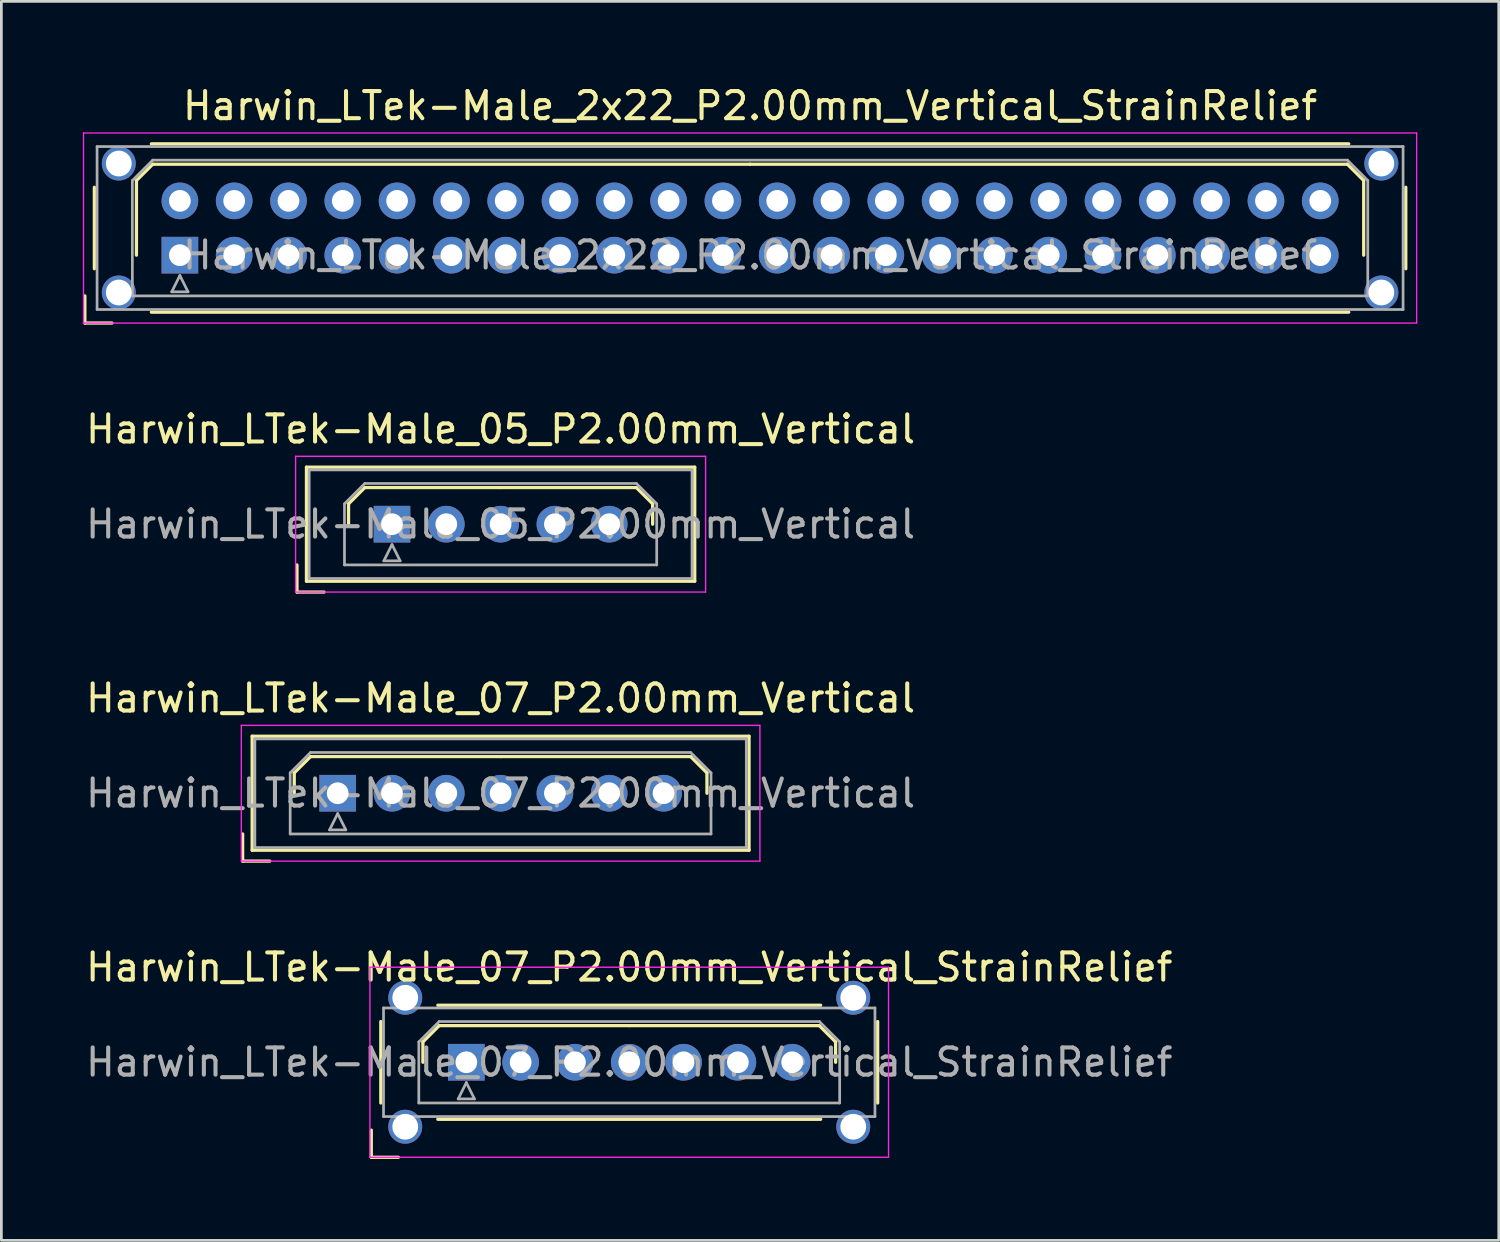
<source format=kicad_pcb>
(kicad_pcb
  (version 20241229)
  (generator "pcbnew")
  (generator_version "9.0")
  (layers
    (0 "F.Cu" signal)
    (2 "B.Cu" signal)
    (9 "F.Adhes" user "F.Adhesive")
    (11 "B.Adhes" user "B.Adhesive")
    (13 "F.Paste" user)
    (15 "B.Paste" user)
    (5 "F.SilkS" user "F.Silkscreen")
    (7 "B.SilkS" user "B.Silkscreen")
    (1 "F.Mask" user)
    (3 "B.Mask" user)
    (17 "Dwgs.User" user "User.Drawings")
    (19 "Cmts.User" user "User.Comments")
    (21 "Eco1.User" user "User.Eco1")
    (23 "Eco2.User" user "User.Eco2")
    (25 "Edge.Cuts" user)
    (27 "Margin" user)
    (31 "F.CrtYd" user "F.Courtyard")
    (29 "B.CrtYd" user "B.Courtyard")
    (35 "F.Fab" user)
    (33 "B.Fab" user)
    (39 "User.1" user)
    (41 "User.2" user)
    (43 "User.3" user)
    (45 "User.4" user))
  (footprint "Harwin_LTek-Male_05_P2.00mm_Vertical"
    (layer "F.Cu")
    (at 11.387 16.256)
    (property "Reference" "Harwin_LTek-Male_05_P2.00mm_Vertical" (at 4 -3.5 0) (layer "F.SilkS") (effects (font (size 1 1) (thickness 0.15))))
    (attr through_hole)
    (fp_line (start -3.5 1.5) (end -3.5 2.5) (stroke (width 0.12) (type solid)) (layer "F.SilkS"))
    (fp_line (start -3.5 2.5) (end -2.5 2.5) (stroke (width 0.12) (type solid)) (layer "F.SilkS"))
    (fp_line (start -3.15 -2.1) (end -3.15 2.1) (stroke (width 0.12) (type solid)) (layer "F.SilkS"))
    (fp_line (start -3.15 2.1) (end 11.15 2.1) (stroke (width 0.12) (type solid)) (layer "F.SilkS"))
    (fp_line (start -1.6 -0.75) (end -1 -1.35) (stroke (width 0.12) (type solid)) (layer "F.SilkS"))
    (fp_line (start -1.6 0) (end -1.6 -0.75) (stroke (width 0.12) (type solid)) (layer "F.SilkS"))
    (fp_line (start -1 -1.35) (end 4 -1.35) (stroke (width 0.12) (type solid)) (layer "F.SilkS"))
    (fp_line (start 9 -1.35) (end 4 -1.35) (stroke (width 0.12) (type solid)) (layer "F.SilkS"))
    (fp_line (start 9.6 -0.75) (end 9 -1.35) (stroke (width 0.12) (type solid)) (layer "F.SilkS"))
    (fp_line (start 9.6 0) (end 9.6 -0.75) (stroke (width 0.12) (type solid)) (layer "F.SilkS"))
    (fp_line (start 11.15 -2.1) (end -3.15 -2.1) (stroke (width 0.12) (type solid)) (layer "F.SilkS"))
    (fp_line (start 11.15 2.1) (end 11.15 -2.1) (stroke (width 0.12) (type solid)) (layer "F.SilkS"))
    (fp_line (start -3.55 -2.5) (end -3.55 2.5) (stroke (width 0.05) (type solid)) (layer "F.CrtYd"))
    (fp_line (start -3.55 2.5) (end 11.55 2.5) (stroke (width 0.05) (type solid)) (layer "F.CrtYd"))
    (fp_line (start 11.55 -2.5) (end -3.55 -2.5) (stroke (width 0.05) (type solid)) (layer "F.CrtYd"))
    (fp_line (start 11.55 2.5) (end 11.55 -2.5) (stroke (width 0.05) (type solid)) (layer "F.CrtYd"))
    (fp_line (start -3.05 -2) (end -3.05 2) (stroke (width 0.1) (type solid)) (layer "F.Fab"))
    (fp_line (start -3.05 2) (end 11.05 2) (stroke (width 0.1) (type solid)) (layer "F.Fab"))
    (fp_line (start -1.75 -0.75) (end -1 -1.5) (stroke (width 0.1) (type solid)) (layer "F.Fab"))
    (fp_line (start -1.75 1.5) (end -1.75 -0.75) (stroke (width 0.1) (type solid)) (layer "F.Fab"))
    (fp_line (start -1 -1.5) (end 9 -1.5) (stroke (width 0.1) (type solid)) (layer "F.Fab"))
    (fp_line (start -0.3 1.35) (end 0.3 1.35) (stroke (width 0.1) (type solid)) (layer "F.Fab"))
    (fp_line (start 0 0.75) (end -0.3 1.35) (stroke (width 0.1) (type solid)) (layer "F.Fab"))
    (fp_line (start 0.3 1.35) (end 0 0.75) (stroke (width 0.1) (type solid)) (layer "F.Fab"))
    (fp_line (start 9 -1.5) (end 9.75 -0.75) (stroke (width 0.1) (type solid)) (layer "F.Fab"))
    (fp_line (start 9.75 -0.75) (end 9.75 1.5) (stroke (width 0.1) (type solid)) (layer "F.Fab"))
    (fp_line (start 9.75 1.5) (end -1.75 1.5) (stroke (width 0.1) (type solid)) (layer "F.Fab"))
    (fp_line (start 11.05 -2) (end -3.05 -2) (stroke (width 0.1) (type solid)) (layer "F.Fab"))
    (fp_line (start 11.05 2) (end 11.05 -2) (stroke (width 0.1) (type solid)) (layer "F.Fab"))
    (fp_text user "${REFERENCE}" (at 4 0 0) (layer "F.Fab") (effects (font (size 1 1) (thickness 0.15))))
    (pad "1" thru_hole rect (at 0 0) (size 1.35 1.35) (drill 0.8) (layers "*.Cu" "*.Mask"))
    (pad "2" thru_hole circle (at 2 0) (size 1.35 1.35) (drill 0.8) (layers "*.Cu" "*.Mask"))
    (pad "3" thru_hole circle (at 4 0) (size 1.35 1.35) (drill 0.8) (layers "*.Cu" "*.Mask"))
    (pad "4" thru_hole circle (at 6 0) (size 1.35 1.35) (drill 0.8) (layers "*.Cu" "*.Mask"))
    (pad "5" thru_hole circle (at 8 0) (size 1.35 1.35) (drill 0.8) (layers "*.Cu" "*.Mask")))
  (footprint "Harwin_LTek-Male_2x22_P2.00mm_Vertical_StrainRelief"
    (layer "F.Cu")
    (at 3.575 6.348)
    (property "Reference" "Harwin_LTek-Male_2x22_P2.00mm_Vertical_StrainRelief" (at 21 -5.5 0) (layer "F.SilkS") (effects (font (size 1 1) (thickness 0.15))))
    (attr through_hole)
    (fp_line (start -3.5 1.5) (end -3.5 2.5) (stroke (width 0.12) (type solid)) (layer "F.SilkS"))
    (fp_line (start -3.5 2.5) (end -2.5 2.5) (stroke (width 0.12) (type solid)) (layer "F.SilkS"))
    (fp_line (start -3.15 -2.5) (end -3.15 0.5) (stroke (width 0.12) (type solid)) (layer "F.SilkS"))
    (fp_line (start -1.6 -2.75) (end -1 -3.35) (stroke (width 0.12) (type solid)) (layer "F.SilkS"))
    (fp_line (start -1.6 0) (end -1.6 -2.75) (stroke (width 0.12) (type solid)) (layer "F.SilkS"))
    (fp_line (start -1.05 -4.1) (end 43.05 -4.1) (stroke (width 0.12) (type solid)) (layer "F.SilkS"))
    (fp_line (start -1.05 2.1) (end 43.05 2.1) (stroke (width 0.12) (type solid)) (layer "F.SilkS"))
    (fp_line (start -1 -3.35) (end 21 -3.35) (stroke (width 0.12) (type solid)) (layer "F.SilkS"))
    (fp_line (start 43 -3.35) (end 21 -3.35) (stroke (width 0.12) (type solid)) (layer "F.SilkS"))
    (fp_line (start 43.6 -2.75) (end 43 -3.35) (stroke (width 0.12) (type solid)) (layer "F.SilkS"))
    (fp_line (start 43.6 0) (end 43.6 -2.75) (stroke (width 0.12) (type solid)) (layer "F.SilkS"))
    (fp_line (start 45.15 -2.5) (end 45.15 0.5) (stroke (width 0.12) (type solid)) (layer "F.SilkS"))
    (fp_line (start -3.55 -4.5) (end -3.55 2.5) (stroke (width 0.05) (type solid)) (layer "F.CrtYd"))
    (fp_line (start -3.55 2.5) (end 45.55 2.5) (stroke (width 0.05) (type solid)) (layer "F.CrtYd"))
    (fp_line (start 45.55 -4.5) (end -3.55 -4.5) (stroke (width 0.05) (type solid)) (layer "F.CrtYd"))
    (fp_line (start 45.55 2.5) (end 45.55 -4.5) (stroke (width 0.05) (type solid)) (layer "F.CrtYd"))
    (fp_line (start -3.05 -4) (end -3.05 2) (stroke (width 0.1) (type solid)) (layer "F.Fab"))
    (fp_line (start -3.05 2) (end 45.05 2) (stroke (width 0.1) (type solid)) (layer "F.Fab"))
    (fp_line (start -1.75 -2.75) (end -1 -3.5) (stroke (width 0.1) (type solid)) (layer "F.Fab"))
    (fp_line (start -1.75 1.5) (end -1.75 -2.75) (stroke (width 0.1) (type solid)) (layer "F.Fab"))
    (fp_line (start -1 -3.5) (end 43 -3.5) (stroke (width 0.1) (type solid)) (layer "F.Fab"))
    (fp_line (start -0.3 1.35) (end 0.3 1.35) (stroke (width 0.1) (type solid)) (layer "F.Fab"))
    (fp_line (start 0 0.75) (end -0.3 1.35) (stroke (width 0.1) (type solid)) (layer "F.Fab"))
    (fp_line (start 0.3 1.35) (end 0 0.75) (stroke (width 0.1) (type solid)) (layer "F.Fab"))
    (fp_line (start 43 -3.5) (end 43.75 -2.75) (stroke (width 0.1) (type solid)) (layer "F.Fab"))
    (fp_line (start 43.75 -2.75) (end 43.75 1.5) (stroke (width 0.1) (type solid)) (layer "F.Fab"))
    (fp_line (start 43.75 1.5) (end -1.75 1.5) (stroke (width 0.1) (type solid)) (layer "F.Fab"))
    (fp_line (start 45.05 -4) (end -3.05 -4) (stroke (width 0.1) (type solid)) (layer "F.Fab"))
    (fp_line (start 45.05 2) (end 45.05 -4) (stroke (width 0.1) (type solid)) (layer "F.Fab"))
    (fp_text user "${REFERENCE}" (at 21 0 0) (layer "F.Fab") (effects (font (size 1 1) (thickness 0.15))))
    (pad "" thru_hole circle (at -2.25 -3.375) (size 1.25 1.25) (drill 0.95) (layers "*.Cu" "*.Mask"))
    (pad "" thru_hole circle (at -2.25 1.375) (size 1.25 1.25) (drill 0.95) (layers "*.Cu" "*.Mask"))
    (pad "" thru_hole circle (at 44.25 -3.375) (size 1.25 1.25) (drill 0.95) (layers "*.Cu" "*.Mask"))
    (pad "" thru_hole circle (at 44.25 1.375) (size 1.25 1.25) (drill 0.95) (layers "*.Cu" "*.Mask"))
    (pad "1" thru_hole rect (at 0 0) (size 1.35 1.35) (drill 0.8) (layers "*.Cu" "*.Mask"))
    (pad "2" thru_hole circle (at 0 -2) (size 1.35 1.35) (drill 0.8) (layers "*.Cu" "*.Mask"))
    (pad "3" thru_hole circle (at 2 0) (size 1.35 1.35) (drill 0.8) (layers "*.Cu" "*.Mask"))
    (pad "4" thru_hole circle (at 2 -2) (size 1.35 1.35) (drill 0.8) (layers "*.Cu" "*.Mask"))
    (pad "5" thru_hole circle (at 4 0) (size 1.35 1.35) (drill 0.8) (layers "*.Cu" "*.Mask"))
    (pad "6" thru_hole circle (at 4 -2) (size 1.35 1.35) (drill 0.8) (layers "*.Cu" "*.Mask"))
    (pad "7" thru_hole circle (at 6 0) (size 1.35 1.35) (drill 0.8) (layers "*.Cu" "*.Mask"))
    (pad "8" thru_hole circle (at 6 -2) (size 1.35 1.35) (drill 0.8) (layers "*.Cu" "*.Mask"))
    (pad "9" thru_hole circle (at 8 0) (size 1.35 1.35) (drill 0.8) (layers "*.Cu" "*.Mask"))
    (pad "10" thru_hole circle (at 8 -2) (size 1.35 1.35) (drill 0.8) (layers "*.Cu" "*.Mask"))
    (pad "11" thru_hole circle (at 10 0) (size 1.35 1.35) (drill 0.8) (layers "*.Cu" "*.Mask"))
    (pad "12" thru_hole circle (at 10 -2) (size 1.35 1.35) (drill 0.8) (layers "*.Cu" "*.Mask"))
    (pad "13" thru_hole circle (at 12 0) (size 1.35 1.35) (drill 0.8) (layers "*.Cu" "*.Mask"))
    (pad "14" thru_hole circle (at 12 -2) (size 1.35 1.35) (drill 0.8) (layers "*.Cu" "*.Mask"))
    (pad "15" thru_hole circle (at 14 0) (size 1.35 1.35) (drill 0.8) (layers "*.Cu" "*.Mask"))
    (pad "16" thru_hole circle (at 14 -2) (size 1.35 1.35) (drill 0.8) (layers "*.Cu" "*.Mask"))
    (pad "17" thru_hole circle (at 16 0) (size 1.35 1.35) (drill 0.8) (layers "*.Cu" "*.Mask"))
    (pad "18" thru_hole circle (at 16 -2) (size 1.35 1.35) (drill 0.8) (layers "*.Cu" "*.Mask"))
    (pad "19" thru_hole circle (at 18 0) (size 1.35 1.35) (drill 0.8) (layers "*.Cu" "*.Mask"))
    (pad "20" thru_hole circle (at 18 -2) (size 1.35 1.35) (drill 0.8) (layers "*.Cu" "*.Mask"))
    (pad "21" thru_hole circle (at 20 0) (size 1.35 1.35) (drill 0.8) (layers "*.Cu" "*.Mask"))
    (pad "22" thru_hole circle (at 20 -2) (size 1.35 1.35) (drill 0.8) (layers "*.Cu" "*.Mask"))
    (pad "23" thru_hole circle (at 22 0) (size 1.35 1.35) (drill 0.8) (layers "*.Cu" "*.Mask"))
    (pad "24" thru_hole circle (at 22 -2) (size 1.35 1.35) (drill 0.8) (layers "*.Cu" "*.Mask"))
    (pad "25" thru_hole circle (at 24 0) (size 1.35 1.35) (drill 0.8) (layers "*.Cu" "*.Mask"))
    (pad "26" thru_hole circle (at 24 -2) (size 1.35 1.35) (drill 0.8) (layers "*.Cu" "*.Mask"))
    (pad "27" thru_hole circle (at 26 0) (size 1.35 1.35) (drill 0.8) (layers "*.Cu" "*.Mask"))
    (pad "28" thru_hole circle (at 26 -2) (size 1.35 1.35) (drill 0.8) (layers "*.Cu" "*.Mask"))
    (pad "29" thru_hole circle (at 28 0) (size 1.35 1.35) (drill 0.8) (layers "*.Cu" "*.Mask"))
    (pad "30" thru_hole circle (at 28 -2) (size 1.35 1.35) (drill 0.8) (layers "*.Cu" "*.Mask"))
    (pad "31" thru_hole circle (at 30 0) (size 1.35 1.35) (drill 0.8) (layers "*.Cu" "*.Mask"))
    (pad "32" thru_hole circle (at 30 -2) (size 1.35 1.35) (drill 0.8) (layers "*.Cu" "*.Mask"))
    (pad "33" thru_hole circle (at 32 0) (size 1.35 1.35) (drill 0.8) (layers "*.Cu" "*.Mask"))
    (pad "34" thru_hole circle (at 32 -2) (size 1.35 1.35) (drill 0.8) (layers "*.Cu" "*.Mask"))
    (pad "35" thru_hole circle (at 34 0) (size 1.35 1.35) (drill 0.8) (layers "*.Cu" "*.Mask"))
    (pad "36" thru_hole circle (at 34 -2) (size 1.35 1.35) (drill 0.8) (layers "*.Cu" "*.Mask"))
    (pad "37" thru_hole circle (at 36 0) (size 1.35 1.35) (drill 0.8) (layers "*.Cu" "*.Mask"))
    (pad "38" thru_hole circle (at 36 -2) (size 1.35 1.35) (drill 0.8) (layers "*.Cu" "*.Mask"))
    (pad "39" thru_hole circle (at 38 0) (size 1.35 1.35) (drill 0.8) (layers "*.Cu" "*.Mask"))
    (pad "40" thru_hole circle (at 38 -2) (size 1.35 1.35) (drill 0.8) (layers "*.Cu" "*.Mask"))
    (pad "41" thru_hole circle (at 40 0) (size 1.35 1.35) (drill 0.8) (layers "*.Cu" "*.Mask"))
    (pad "42" thru_hole circle (at 40 -2) (size 1.35 1.35) (drill 0.8) (layers "*.Cu" "*.Mask"))
    (pad "43" thru_hole circle (at 42 0) (size 1.35 1.35) (drill 0.8) (layers "*.Cu" "*.Mask"))
    (pad "44" thru_hole circle (at 42 -2) (size 1.35 1.35) (drill 0.8) (layers "*.Cu" "*.Mask")))
  (footprint "Harwin_LTek-Male_07_P2.00mm_Vertical"
    (layer "F.Cu")
    (at 9.387 26.165)
    (property "Reference" "Harwin_LTek-Male_07_P2.00mm_Vertical" (at 6 -3.5 0) (layer "F.SilkS") (effects (font (size 1 1) (thickness 0.15))))
    (attr through_hole)
    (fp_line (start -3.5 1.5) (end -3.5 2.5) (stroke (width 0.12) (type solid)) (layer "F.SilkS"))
    (fp_line (start -3.5 2.5) (end -2.5 2.5) (stroke (width 0.12) (type solid)) (layer "F.SilkS"))
    (fp_line (start -3.15 -2.1) (end -3.15 2.1) (stroke (width 0.12) (type solid)) (layer "F.SilkS"))
    (fp_line (start -3.15 2.1) (end 15.15 2.1) (stroke (width 0.12) (type solid)) (layer "F.SilkS"))
    (fp_line (start -1.6 -0.75) (end -1 -1.35) (stroke (width 0.12) (type solid)) (layer "F.SilkS"))
    (fp_line (start -1.6 0) (end -1.6 -0.75) (stroke (width 0.12) (type solid)) (layer "F.SilkS"))
    (fp_line (start -1 -1.35) (end 6 -1.35) (stroke (width 0.12) (type solid)) (layer "F.SilkS"))
    (fp_line (start 13 -1.35) (end 6 -1.35) (stroke (width 0.12) (type solid)) (layer "F.SilkS"))
    (fp_line (start 13.6 -0.75) (end 13 -1.35) (stroke (width 0.12) (type solid)) (layer "F.SilkS"))
    (fp_line (start 13.6 0) (end 13.6 -0.75) (stroke (width 0.12) (type solid)) (layer "F.SilkS"))
    (fp_line (start 15.15 -2.1) (end -3.15 -2.1) (stroke (width 0.12) (type solid)) (layer "F.SilkS"))
    (fp_line (start 15.15 2.1) (end 15.15 -2.1) (stroke (width 0.12) (type solid)) (layer "F.SilkS"))
    (fp_line (start -3.55 -2.5) (end -3.55 2.5) (stroke (width 0.05) (type solid)) (layer "F.CrtYd"))
    (fp_line (start -3.55 2.5) (end 15.55 2.5) (stroke (width 0.05) (type solid)) (layer "F.CrtYd"))
    (fp_line (start 15.55 -2.5) (end -3.55 -2.5) (stroke (width 0.05) (type solid)) (layer "F.CrtYd"))
    (fp_line (start 15.55 2.5) (end 15.55 -2.5) (stroke (width 0.05) (type solid)) (layer "F.CrtYd"))
    (fp_line (start -3.05 -2) (end -3.05 2) (stroke (width 0.1) (type solid)) (layer "F.Fab"))
    (fp_line (start -3.05 2) (end 15.05 2) (stroke (width 0.1) (type solid)) (layer "F.Fab"))
    (fp_line (start -1.75 -0.75) (end -1 -1.5) (stroke (width 0.1) (type solid)) (layer "F.Fab"))
    (fp_line (start -1.75 1.5) (end -1.75 -0.75) (stroke (width 0.1) (type solid)) (layer "F.Fab"))
    (fp_line (start -1 -1.5) (end 13 -1.5) (stroke (width 0.1) (type solid)) (layer "F.Fab"))
    (fp_line (start -0.3 1.35) (end 0.3 1.35) (stroke (width 0.1) (type solid)) (layer "F.Fab"))
    (fp_line (start 0 0.75) (end -0.3 1.35) (stroke (width 0.1) (type solid)) (layer "F.Fab"))
    (fp_line (start 0.3 1.35) (end 0 0.75) (stroke (width 0.1) (type solid)) (layer "F.Fab"))
    (fp_line (start 13 -1.5) (end 13.75 -0.75) (stroke (width 0.1) (type solid)) (layer "F.Fab"))
    (fp_line (start 13.75 -0.75) (end 13.75 1.5) (stroke (width 0.1) (type solid)) (layer "F.Fab"))
    (fp_line (start 13.75 1.5) (end -1.75 1.5) (stroke (width 0.1) (type solid)) (layer "F.Fab"))
    (fp_line (start 15.05 -2) (end -3.05 -2) (stroke (width 0.1) (type solid)) (layer "F.Fab"))
    (fp_line (start 15.05 2) (end 15.05 -2) (stroke (width 0.1) (type solid)) (layer "F.Fab"))
    (fp_text user "${REFERENCE}" (at 6 0 0) (layer "F.Fab") (effects (font (size 1 1) (thickness 0.15))))
    (pad "1" thru_hole rect (at 0 0) (size 1.35 1.35) (drill 0.8) (layers "*.Cu" "*.Mask"))
    (pad "2" thru_hole circle (at 2 0) (size 1.35 1.35) (drill 0.8) (layers "*.Cu" "*.Mask"))
    (pad "3" thru_hole circle (at 4 0) (size 1.35 1.35) (drill 0.8) (layers "*.Cu" "*.Mask"))
    (pad "4" thru_hole circle (at 6 0) (size 1.35 1.35) (drill 0.8) (layers "*.Cu" "*.Mask"))
    (pad "5" thru_hole circle (at 8 0) (size 1.35 1.35) (drill 0.8) (layers "*.Cu" "*.Mask"))
    (pad "6" thru_hole circle (at 10 0) (size 1.35 1.35) (drill 0.8) (layers "*.Cu" "*.Mask"))
    (pad "7" thru_hole circle (at 12 0) (size 1.35 1.35) (drill 0.8) (layers "*.Cu" "*.Mask")))
  (footprint "Harwin_LTek-Male_07_P2.00mm_Vertical_StrainRelief"
    (layer "F.Cu")
    (at 14.125 36.073)
    (property "Reference" "Harwin_LTek-Male_07_P2.00mm_Vertical_StrainRelief" (at 6 -3.5 0) (layer "F.SilkS") (effects (font (size 1 1) (thickness 0.15))))
    (attr through_hole)
    (fp_line (start -3.5 2.5) (end -3.5 3.5) (stroke (width 0.12) (type solid)) (layer "F.SilkS"))
    (fp_line (start -3.5 3.5) (end -2.5 3.5) (stroke (width 0.12) (type solid)) (layer "F.SilkS"))
    (fp_line (start -3.15 -1.5) (end -3.15 1.5) (stroke (width 0.12) (type solid)) (layer "F.SilkS"))
    (fp_line (start -1.6 -0.75) (end -1 -1.35) (stroke (width 0.12) (type solid)) (layer "F.SilkS"))
    (fp_line (start -1.6 0) (end -1.6 -0.75) (stroke (width 0.12) (type solid)) (layer "F.SilkS"))
    (fp_line (start -1.05 -2.1) (end 13.05 -2.1) (stroke (width 0.12) (type solid)) (layer "F.SilkS"))
    (fp_line (start -1.05 2.1) (end 13.05 2.1) (stroke (width 0.12) (type solid)) (layer "F.SilkS"))
    (fp_line (start -1 -1.35) (end 6 -1.35) (stroke (width 0.12) (type solid)) (layer "F.SilkS"))
    (fp_line (start 13 -1.35) (end 6 -1.35) (stroke (width 0.12) (type solid)) (layer "F.SilkS"))
    (fp_line (start 13.6 -0.75) (end 13 -1.35) (stroke (width 0.12) (type solid)) (layer "F.SilkS"))
    (fp_line (start 13.6 0) (end 13.6 -0.75) (stroke (width 0.12) (type solid)) (layer "F.SilkS"))
    (fp_line (start 15.15 -1.5) (end 15.15 1.5) (stroke (width 0.12) (type solid)) (layer "F.SilkS"))
    (fp_line (start -3.55 -3.5) (end -3.55 3.5) (stroke (width 0.05) (type solid)) (layer "F.CrtYd"))
    (fp_line (start -3.55 3.5) (end 15.55 3.5) (stroke (width 0.05) (type solid)) (layer "F.CrtYd"))
    (fp_line (start 15.55 -3.5) (end -3.55 -3.5) (stroke (width 0.05) (type solid)) (layer "F.CrtYd"))
    (fp_line (start 15.55 3.5) (end 15.55 -3.5) (stroke (width 0.05) (type solid)) (layer "F.CrtYd"))
    (fp_line (start -3.05 -2) (end -3.05 2) (stroke (width 0.1) (type solid)) (layer "F.Fab"))
    (fp_line (start -3.05 2) (end 15.05 2) (stroke (width 0.1) (type solid)) (layer "F.Fab"))
    (fp_line (start -1.75 -0.75) (end -1 -1.5) (stroke (width 0.1) (type solid)) (layer "F.Fab"))
    (fp_line (start -1.75 1.5) (end -1.75 -0.75) (stroke (width 0.1) (type solid)) (layer "F.Fab"))
    (fp_line (start -1 -1.5) (end 13 -1.5) (stroke (width 0.1) (type solid)) (layer "F.Fab"))
    (fp_line (start -0.3 1.35) (end 0.3 1.35) (stroke (width 0.1) (type solid)) (layer "F.Fab"))
    (fp_line (start 0 0.75) (end -0.3 1.35) (stroke (width 0.1) (type solid)) (layer "F.Fab"))
    (fp_line (start 0.3 1.35) (end 0 0.75) (stroke (width 0.1) (type solid)) (layer "F.Fab"))
    (fp_line (start 13 -1.5) (end 13.75 -0.75) (stroke (width 0.1) (type solid)) (layer "F.Fab"))
    (fp_line (start 13.75 -0.75) (end 13.75 1.5) (stroke (width 0.1) (type solid)) (layer "F.Fab"))
    (fp_line (start 13.75 1.5) (end -1.75 1.5) (stroke (width 0.1) (type solid)) (layer "F.Fab"))
    (fp_line (start 15.05 -2) (end -3.05 -2) (stroke (width 0.1) (type solid)) (layer "F.Fab"))
    (fp_line (start 15.05 2) (end 15.05 -2) (stroke (width 0.1) (type solid)) (layer "F.Fab"))
    (fp_text user "${REFERENCE}" (at 6 0 0) (layer "F.Fab") (effects (font (size 1 1) (thickness 0.15))))
    (pad "" thru_hole circle (at -2.25 -2.375) (size 1.25 1.25) (drill 0.95) (layers "*.Cu" "*.Mask"))
    (pad "" thru_hole circle (at -2.25 2.375) (size 1.25 1.25) (drill 0.95) (layers "*.Cu" "*.Mask"))
    (pad "" thru_hole circle (at 14.25 -2.375) (size 1.25 1.25) (drill 0.95) (layers "*.Cu" "*.Mask"))
    (pad "" thru_hole circle (at 14.25 2.375) (size 1.25 1.25) (drill 0.95) (layers "*.Cu" "*.Mask"))
    (pad "1" thru_hole rect (at 0 0) (size 1.35 1.35) (drill 0.8) (layers "*.Cu" "*.Mask"))
    (pad "2" thru_hole circle (at 2 0) (size 1.35 1.35) (drill 0.8) (layers "*.Cu" "*.Mask"))
    (pad "3" thru_hole circle (at 4 0) (size 1.35 1.35) (drill 0.8) (layers "*.Cu" "*.Mask"))
    (pad "4" thru_hole circle (at 6 0) (size 1.35 1.35) (drill 0.8) (layers "*.Cu" "*.Mask"))
    (pad "5" thru_hole circle (at 8 0) (size 1.35 1.35) (drill 0.8) (layers "*.Cu" "*.Mask"))
    (pad "6" thru_hole circle (at 10 0) (size 1.35 1.35) (drill 0.8) (layers "*.Cu" "*.Mask"))
    (pad "7" thru_hole circle (at 12 0) (size 1.35 1.35) (drill 0.8) (layers "*.Cu" "*.Mask")))
  (gr_rect
    (start -3 -3)
    (end 52.15 42.633)
    (stroke (width 0.1) (type default))
    (fill no)
    (layer "Edge.Cuts")))
</source>
